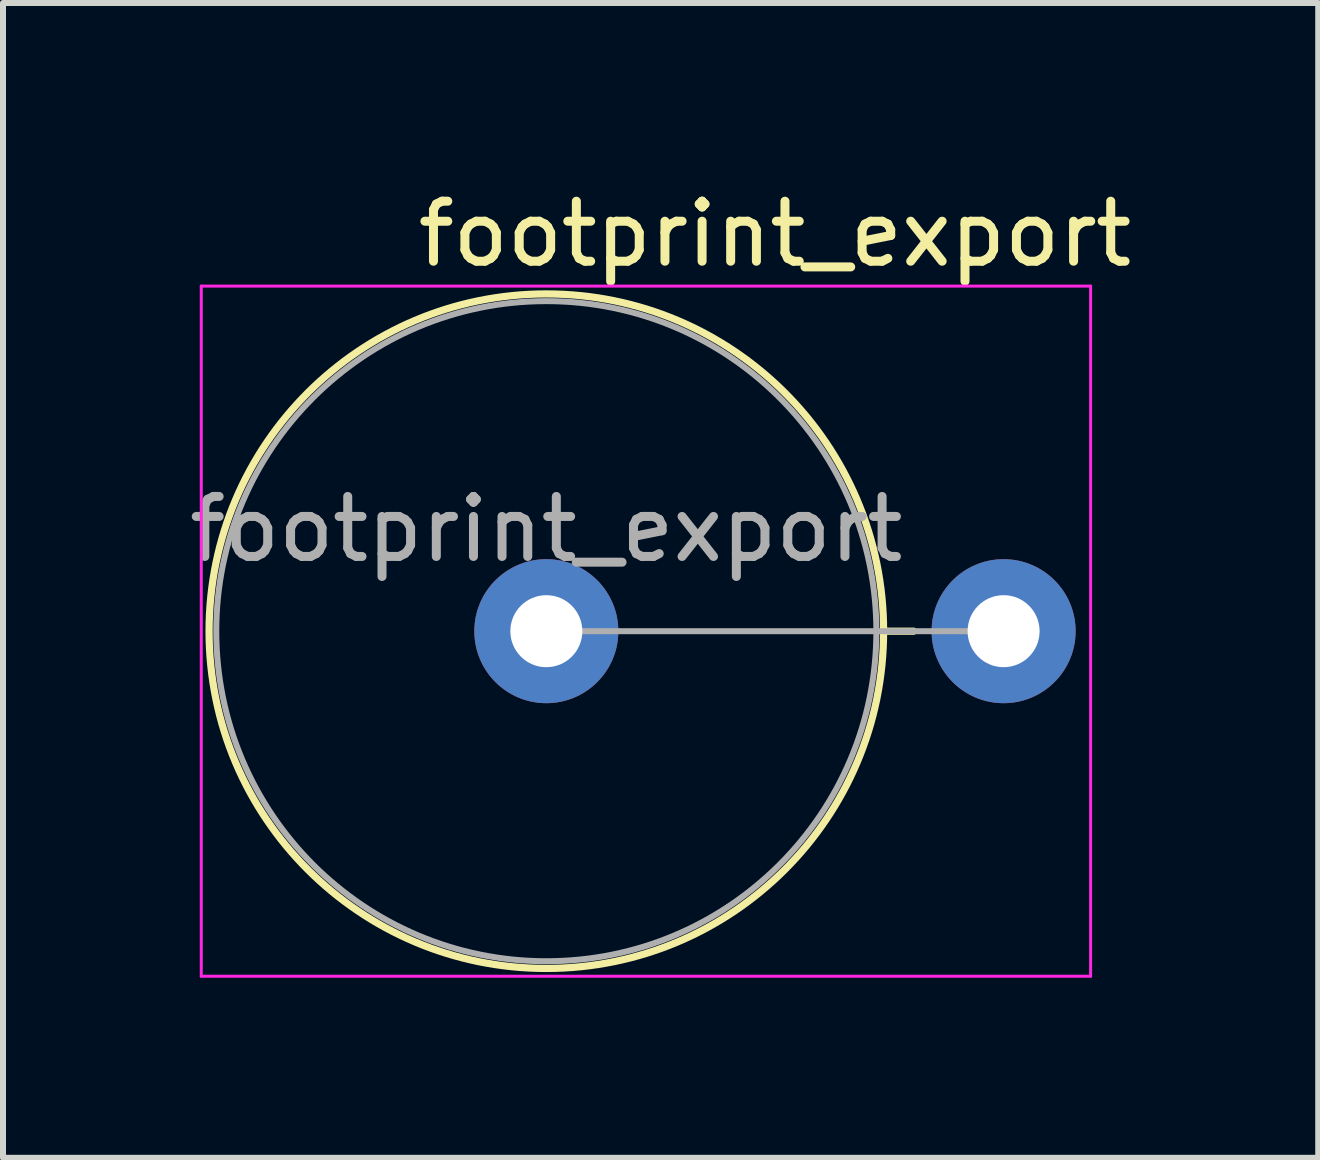
<source format=kicad_pcb>
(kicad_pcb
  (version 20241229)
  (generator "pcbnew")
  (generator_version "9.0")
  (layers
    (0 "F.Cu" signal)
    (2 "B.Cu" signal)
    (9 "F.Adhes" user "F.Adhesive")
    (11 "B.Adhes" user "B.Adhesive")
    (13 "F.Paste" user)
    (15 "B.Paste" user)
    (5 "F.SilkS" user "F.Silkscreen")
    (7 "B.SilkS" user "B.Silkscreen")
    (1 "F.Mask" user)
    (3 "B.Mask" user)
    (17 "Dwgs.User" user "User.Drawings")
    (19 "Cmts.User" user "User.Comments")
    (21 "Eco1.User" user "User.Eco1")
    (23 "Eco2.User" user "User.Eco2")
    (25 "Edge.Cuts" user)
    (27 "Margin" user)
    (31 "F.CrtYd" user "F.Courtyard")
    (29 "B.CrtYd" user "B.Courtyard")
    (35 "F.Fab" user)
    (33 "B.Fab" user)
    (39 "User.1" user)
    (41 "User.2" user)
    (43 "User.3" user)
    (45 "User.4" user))
  (footprint "footprint_export"
    (layer "F.Cu")
    (at 6.054 7.468)
    (property "Reference" "footprint_export" (at 3.81 -6.62 0) (layer "F.SilkS") (effects (font (size 1 1) (thickness 0.15))))
    (attr through_hole)
    (fp_line (start 5.62 0) (end 6.12 0) (stroke (width 0.12) (type solid)) (layer "F.SilkS"))
    (fp_circle (center 0 0) (end 5.62 0) (stroke (width 0.12) (type solid)) (fill no) (layer "F.SilkS"))
    (fp_line (start -5.75 -5.75) (end -5.75 5.75) (stroke (width 0.05) (type solid)) (layer "F.CrtYd"))
    (fp_line (start -5.75 5.75) (end 9.07 5.75) (stroke (width 0.05) (type solid)) (layer "F.CrtYd"))
    (fp_line (start 9.07 -5.75) (end -5.75 -5.75) (stroke (width 0.05) (type solid)) (layer "F.CrtYd"))
    (fp_line (start 9.07 5.75) (end 9.07 -5.75) (stroke (width 0.05) (type solid)) (layer "F.CrtYd"))
    (fp_line (start 0 0) (end 7.62 0) (stroke (width 0.1) (type solid)) (layer "F.Fab"))
    (fp_circle (center 0 0) (end 5.5 0) (stroke (width 0.1) (type solid)) (fill no) (layer "F.Fab"))
    (fp_text user "${REFERENCE}" (at 0 -1.7 0) (layer "F.Fab") (effects (font (size 1 1) (thickness 0.15))))
    (pad "1" thru_hole circle (at 0 0) (size 2.4 2.4) (drill 1.2) (layers "*.Cu" "*.Mask"))
    (pad "2" thru_hole oval (at 7.62 0) (size 2.4 2.4) (drill 1.2) (layers "*.Cu" "*.Mask")))
  (gr_rect
    (start -3 -3)
    (end 18.917 16.243)
    (stroke (width 0.1) (type default))
    (fill no)
    (layer "Edge.Cuts")))
</source>
